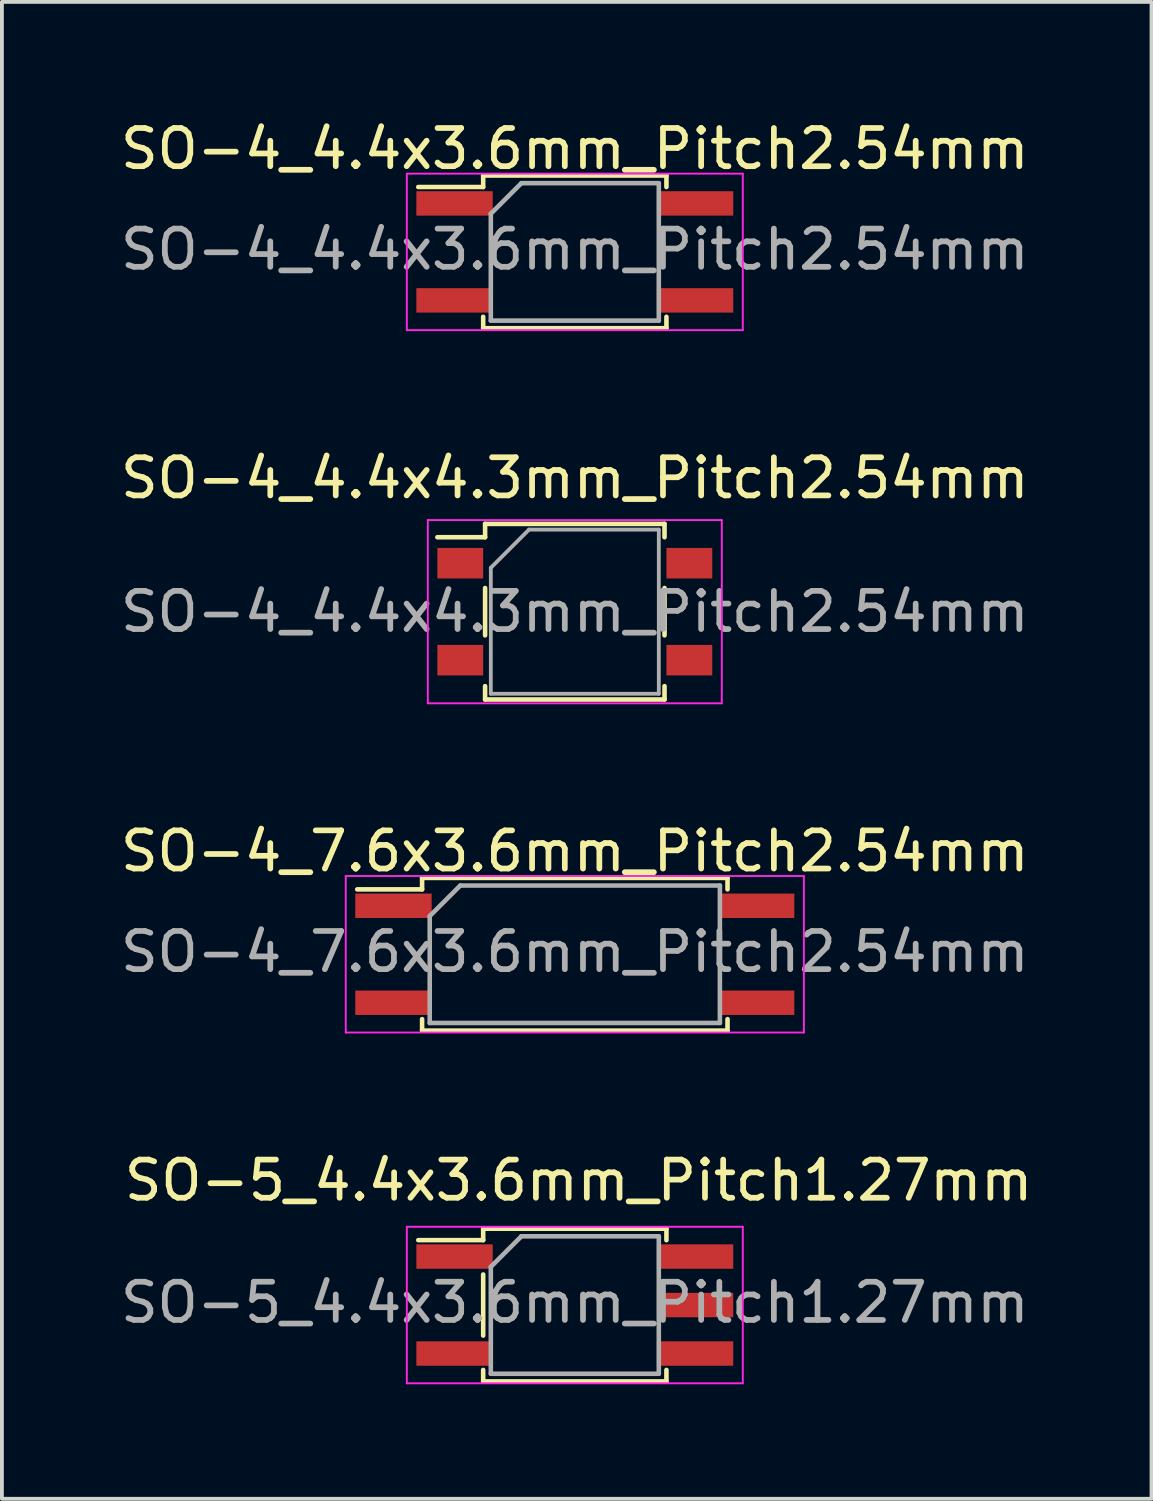
<source format=kicad_pcb>
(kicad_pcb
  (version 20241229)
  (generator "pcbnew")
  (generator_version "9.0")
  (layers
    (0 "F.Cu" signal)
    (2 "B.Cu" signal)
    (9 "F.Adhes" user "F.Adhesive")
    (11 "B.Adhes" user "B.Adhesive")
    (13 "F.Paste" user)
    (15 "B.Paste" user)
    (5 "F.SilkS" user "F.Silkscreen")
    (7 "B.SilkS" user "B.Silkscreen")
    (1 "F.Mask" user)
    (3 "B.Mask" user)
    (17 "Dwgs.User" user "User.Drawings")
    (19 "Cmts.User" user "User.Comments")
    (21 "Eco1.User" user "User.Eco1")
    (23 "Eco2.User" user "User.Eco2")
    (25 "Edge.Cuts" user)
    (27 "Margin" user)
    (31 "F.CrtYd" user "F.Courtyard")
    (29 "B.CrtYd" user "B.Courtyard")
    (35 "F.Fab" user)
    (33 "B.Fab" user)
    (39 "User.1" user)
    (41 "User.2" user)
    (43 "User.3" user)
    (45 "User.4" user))
  (footprint "SO-4_4.4x3.6mm_Pitch2.54mm"
    (layer "F.Cu")
    (at 12.006 3.548)
    (property "Reference" "SO-4_4.4x3.6mm_Pitch2.54mm" (at 0 -2.7 0) (layer "F.SilkS") (effects (font (size 1 1) (thickness 0.15))))
    (attr smd)
    (fp_line (start -2.4 -2) (end 2.4 -2) (stroke (width 0.12) (type solid)) (layer "F.SilkS"))
    (fp_line (start -2.4 -1.7) (end -4.1 -1.7) (stroke (width 0.12) (type solid)) (layer "F.SilkS"))
    (fp_line (start -2.4 -1.7) (end -2.4 -2) (stroke (width 0.12) (type solid)) (layer "F.SilkS"))
    (fp_line (start -2.4 2) (end -2.4 1.7) (stroke (width 0.12) (type solid)) (layer "F.SilkS"))
    (fp_line (start 2.4 -2) (end 2.4 -1.7) (stroke (width 0.12) (type solid)) (layer "F.SilkS"))
    (fp_line (start 2.4 1.7) (end 2.4 2) (stroke (width 0.12) (type solid)) (layer "F.SilkS"))
    (fp_line (start 2.4 2) (end -2.4 2) (stroke (width 0.12) (type solid)) (layer "F.SilkS"))
    (fp_line (start -4.4 -2.05) (end -4.4 2.05) (stroke (width 0.05) (type solid)) (layer "F.CrtYd"))
    (fp_line (start -4.4 -2.05) (end 4.4 -2.05) (stroke (width 0.05) (type solid)) (layer "F.CrtYd"))
    (fp_line (start 4.4 2.05) (end -4.4 2.05) (stroke (width 0.05) (type solid)) (layer "F.CrtYd"))
    (fp_line (start 4.4 2.05) (end 4.4 -2.05) (stroke (width 0.05) (type solid)) (layer "F.CrtYd"))
    (fp_line (start -2.2 -1) (end -1.4 -1.8) (stroke (width 0.12) (type solid)) (layer "F.Fab"))
    (fp_line (start -2.2 1.8) (end -2.2 -1) (stroke (width 0.12) (type solid)) (layer "F.Fab"))
    (fp_line (start -1.4 -1.8) (end 2.2 -1.8) (stroke (width 0.12) (type solid)) (layer "F.Fab"))
    (fp_line (start 2.2 -1.8) (end 2.2 1.8) (stroke (width 0.12) (type solid)) (layer "F.Fab"))
    (fp_line (start 2.2 1.8) (end -2.2 1.8) (stroke (width 0.12) (type solid)) (layer "F.Fab"))
    (fp_text user "${REFERENCE}" (at 0 -0.065 0) (layer "F.Fab") (effects (font (size 1 1) (thickness 0.15))))
    (pad "1" smd rect (at -3.15 -1.27) (size 2 0.64) (layers "F.Cu" "F.Mask" "F.Paste"))
    (pad "2" smd rect (at -3.15 1.27) (size 2 0.64) (layers "F.Cu" "F.Mask" "F.Paste"))
    (pad "3" smd rect (at 3.15 1.27) (size 2 0.64) (layers "F.Cu" "F.Mask" "F.Paste"))
    (pad "4" smd rect (at 3.15 -1.27) (size 2 0.64) (layers "F.Cu" "F.Mask" "F.Paste")))
  (footprint "SO-4_4.4x4.3mm_Pitch2.54mm"
    (layer "F.Cu")
    (at 12.006 12.972)
    (property "Reference" "SO-4_4.4x4.3mm_Pitch2.54mm" (at 0 -3.5 0) (layer "F.SilkS") (effects (font (size 1 1) (thickness 0.15))))
    (attr smd)
    (fp_line (start -2.35 -2.3) (end 2.35 -2.3) (stroke (width 0.12) (type solid)) (layer "F.SilkS"))
    (fp_line (start -2.35 -1.95) (end -3.6 -1.95) (stroke (width 0.12) (type solid)) (layer "F.SilkS"))
    (fp_line (start -2.35 -1.95) (end -2.35 -2.3) (stroke (width 0.12) (type solid)) (layer "F.SilkS"))
    (fp_line (start -2.35 0.62) (end -2.35 -0.62) (stroke (width 0.12) (type solid)) (layer "F.SilkS"))
    (fp_line (start -2.35 1.95) (end -2.35 2.3) (stroke (width 0.12) (type solid)) (layer "F.SilkS"))
    (fp_line (start -2.35 2.3) (end 2.35 2.3) (stroke (width 0.12) (type solid)) (layer "F.SilkS"))
    (fp_line (start 2.35 -2.3) (end 2.35 -1.95) (stroke (width 0.12) (type solid)) (layer "F.SilkS"))
    (fp_line (start 2.35 0.62) (end 2.35 -0.62) (stroke (width 0.12) (type solid)) (layer "F.SilkS"))
    (fp_line (start 2.35 2.3) (end 2.35 1.95) (stroke (width 0.12) (type solid)) (layer "F.SilkS"))
    (fp_line (start -3.85 -2.4) (end 3.85 -2.4) (stroke (width 0.05) (type solid)) (layer "F.CrtYd"))
    (fp_line (start -3.85 2.4) (end -3.85 -2.4) (stroke (width 0.05) (type solid)) (layer "F.CrtYd"))
    (fp_line (start 3.85 -2.4) (end 3.85 2.4) (stroke (width 0.05) (type solid)) (layer "F.CrtYd"))
    (fp_line (start 3.85 2.4) (end -3.85 2.4) (stroke (width 0.05) (type solid)) (layer "F.CrtYd"))
    (fp_line (start -2.2 -1.15) (end -1.2 -2.15) (stroke (width 0.1) (type solid)) (layer "F.Fab"))
    (fp_line (start -2.2 2.15) (end -2.2 -1.15) (stroke (width 0.1) (type solid)) (layer "F.Fab"))
    (fp_line (start -2.2 2.15) (end 2.2 2.15) (stroke (width 0.1) (type solid)) (layer "F.Fab"))
    (fp_line (start -1.2 -2.15) (end 2.2 -2.15) (stroke (width 0.1) (type solid)) (layer "F.Fab"))
    (fp_line (start 2.2 2.15) (end 2.2 -2.15) (stroke (width 0.1) (type solid)) (layer "F.Fab"))
    (fp_text user "${REFERENCE}" (at 0 0 0) (layer "F.Fab") (effects (font (size 1 1) (thickness 0.15))))
    (pad "1" smd rect (at -3 -1.27 270) (size 0.8 1.2) (layers "F.Cu" "F.Mask" "F.Paste"))
    (pad "2" smd rect (at -3 1.27 270) (size 0.8 1.2) (layers "F.Cu" "F.Mask" "F.Paste"))
    (pad "3" smd rect (at 3 1.27 270) (size 0.8 1.2) (layers "F.Cu" "F.Mask" "F.Paste"))
    (pad "4" smd rect (at 3 -1.27 270) (size 0.8 1.2) (layers "F.Cu" "F.Mask" "F.Paste")))
  (footprint "SO-5_4.4x3.6mm_Pitch1.27mm"
    (layer "F.Cu")
    (at 12.006 31.133)
    (property "Reference" "SO-5_4.4x3.6mm_Pitch1.27mm" (at 0.1 -3.265 0) (layer "F.SilkS") (effects (font (size 1 1) (thickness 0.15))))
    (attr smd)
    (fp_line (start -2.4 -2) (end 2.4 -2) (stroke (width 0.12) (type solid)) (layer "F.SilkS"))
    (fp_line (start -2.4 -1.7) (end -4.1 -1.7) (stroke (width 0.12) (type solid)) (layer "F.SilkS"))
    (fp_line (start -2.4 -1.7) (end -2.4 -2) (stroke (width 0.12) (type solid)) (layer "F.SilkS"))
    (fp_line (start -2.4 0.8) (end -2.4 -0.8) (stroke (width 0.12) (type solid)) (layer "F.SilkS"))
    (fp_line (start -2.4 2) (end -2.4 1.7) (stroke (width 0.12) (type solid)) (layer "F.SilkS"))
    (fp_line (start 2.4 -2) (end 2.4 -1.7) (stroke (width 0.12) (type solid)) (layer "F.SilkS"))
    (fp_line (start 2.4 1.7) (end 2.4 2) (stroke (width 0.12) (type solid)) (layer "F.SilkS"))
    (fp_line (start 2.4 2) (end -2.4 2) (stroke (width 0.12) (type solid)) (layer "F.SilkS"))
    (fp_line (start -4.4 -2.05) (end -4.4 2.05) (stroke (width 0.05) (type solid)) (layer "F.CrtYd"))
    (fp_line (start -4.4 -2.05) (end 4.4 -2.05) (stroke (width 0.05) (type solid)) (layer "F.CrtYd"))
    (fp_line (start 4.4 2.05) (end -4.4 2.05) (stroke (width 0.05) (type solid)) (layer "F.CrtYd"))
    (fp_line (start 4.4 2.05) (end 4.4 -2.05) (stroke (width 0.05) (type solid)) (layer "F.CrtYd"))
    (fp_line (start -2.2 -1) (end -1.4 -1.8) (stroke (width 0.12) (type solid)) (layer "F.Fab"))
    (fp_line (start -2.2 1.8) (end -2.2 -1) (stroke (width 0.12) (type solid)) (layer "F.Fab"))
    (fp_line (start -1.4 -1.8) (end 2.2 -1.8) (stroke (width 0.12) (type solid)) (layer "F.Fab"))
    (fp_line (start 2.2 -1.8) (end 2.2 1.8) (stroke (width 0.12) (type solid)) (layer "F.Fab"))
    (fp_line (start 2.2 1.8) (end -2.2 1.8) (stroke (width 0.12) (type solid)) (layer "F.Fab"))
    (fp_text user "${REFERENCE}" (at 0 -0.065 0) (layer "F.Fab") (effects (font (size 1 1) (thickness 0.15))))
    (pad "1" smd rect (at -3.15 -1.27) (size 2 0.64) (layers "F.Cu" "F.Mask" "F.Paste"))
    (pad "3" smd rect (at -3.15 1.27) (size 2 0.64) (layers "F.Cu" "F.Mask" "F.Paste"))
    (pad "4" smd rect (at 3.15 1.27) (size 2 0.64) (layers "F.Cu" "F.Mask" "F.Paste"))
    (pad "5" smd rect (at 3.15 0) (size 2 0.64) (layers "F.Cu" "F.Mask" "F.Paste"))
    (pad "6" smd rect (at 3.15 -1.27) (size 2 0.64) (layers "F.Cu" "F.Mask" "F.Paste")))
  (footprint "SO-4_7.6x3.6mm_Pitch2.54mm"
    (layer "F.Cu")
    (at 12.006 21.945)
    (property "Reference" "SO-4_7.6x3.6mm_Pitch2.54mm" (at 0 -2.7 0) (layer "F.SilkS") (effects (font (size 1 1) (thickness 0.15))))
    (attr smd)
    (fp_line (start -4 -2) (end 4 -2) (stroke (width 0.12) (type solid)) (layer "F.SilkS"))
    (fp_line (start -4 -1.7) (end -5.7 -1.7) (stroke (width 0.12) (type solid)) (layer "F.SilkS"))
    (fp_line (start -4 -1.7) (end -4 -2) (stroke (width 0.12) (type solid)) (layer "F.SilkS"))
    (fp_line (start -4 2) (end -4 1.7) (stroke (width 0.12) (type solid)) (layer "F.SilkS"))
    (fp_line (start 4 -2) (end 4 -1.7) (stroke (width 0.12) (type solid)) (layer "F.SilkS"))
    (fp_line (start 4 1.7) (end 4 2) (stroke (width 0.12) (type solid)) (layer "F.SilkS"))
    (fp_line (start 4 2) (end -4 2) (stroke (width 0.12) (type solid)) (layer "F.SilkS"))
    (fp_line (start -6 -2.05) (end -6 2.05) (stroke (width 0.05) (type solid)) (layer "F.CrtYd"))
    (fp_line (start -6 -2.05) (end 6 -2.05) (stroke (width 0.05) (type solid)) (layer "F.CrtYd"))
    (fp_line (start 6 2.05) (end -6 2.05) (stroke (width 0.05) (type solid)) (layer "F.CrtYd"))
    (fp_line (start 6 2.05) (end 6 -2.05) (stroke (width 0.05) (type solid)) (layer "F.CrtYd"))
    (fp_line (start -3.8 -1) (end -3 -1.8) (stroke (width 0.12) (type solid)) (layer "F.Fab"))
    (fp_line (start -3.8 1.8) (end -3.8 -1) (stroke (width 0.12) (type solid)) (layer "F.Fab"))
    (fp_line (start -3 -1.8) (end 3.8 -1.8) (stroke (width 0.12) (type solid)) (layer "F.Fab"))
    (fp_line (start 3.8 -1.8) (end 3.8 1.8) (stroke (width 0.12) (type solid)) (layer "F.Fab"))
    (fp_line (start 3.8 1.8) (end -3.8 1.8) (stroke (width 0.12) (type solid)) (layer "F.Fab"))
    (fp_text user "${REFERENCE}" (at 0 -0.065 0) (layer "F.Fab") (effects (font (size 1 1) (thickness 0.15))))
    (pad "1" smd rect (at -4.75 -1.27) (size 2 0.64) (layers "F.Cu" "F.Mask" "F.Paste"))
    (pad "2" smd rect (at -4.75 1.27) (size 2 0.64) (layers "F.Cu" "F.Mask" "F.Paste"))
    (pad "3" smd rect (at 4.75 1.27) (size 2 0.64) (layers "F.Cu" "F.Mask" "F.Paste"))
    (pad "4" smd rect (at 4.75 -1.27) (size 2 0.64) (layers "F.Cu" "F.Mask" "F.Paste")))
  (gr_rect
    (start -3 -3)
    (end 27.112 36.208)
    (stroke (width 0.1) (type default))
    (fill no)
    (layer "Edge.Cuts")))
</source>
